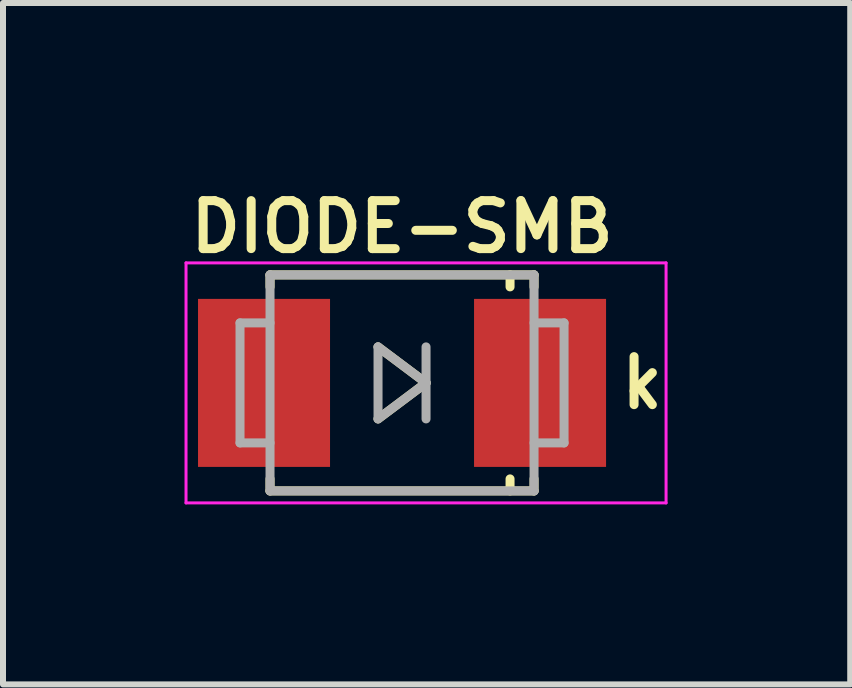
<source format=kicad_pcb>
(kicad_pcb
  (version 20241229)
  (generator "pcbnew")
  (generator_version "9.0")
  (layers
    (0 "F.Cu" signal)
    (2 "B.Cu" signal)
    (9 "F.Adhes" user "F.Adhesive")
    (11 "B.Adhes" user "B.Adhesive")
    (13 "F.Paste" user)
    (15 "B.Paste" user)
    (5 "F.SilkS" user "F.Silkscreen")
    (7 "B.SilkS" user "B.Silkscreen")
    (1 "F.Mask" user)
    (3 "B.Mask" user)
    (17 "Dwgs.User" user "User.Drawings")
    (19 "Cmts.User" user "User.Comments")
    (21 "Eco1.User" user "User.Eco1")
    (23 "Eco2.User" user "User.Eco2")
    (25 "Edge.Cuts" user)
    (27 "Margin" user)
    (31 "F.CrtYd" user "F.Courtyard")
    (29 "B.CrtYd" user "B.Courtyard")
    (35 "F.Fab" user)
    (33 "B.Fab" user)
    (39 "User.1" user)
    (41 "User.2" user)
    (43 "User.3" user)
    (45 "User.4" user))
  (footprint "DIODE-SMB"
    (layer "F.Cu")
    (at 3.65 3.331)
    (property "Reference" "DIODE-SMB" (at 0 -2.6 0) (layer "F.SilkS") (effects (font (size 0.8 0.8) (thickness 0.15))))
    (attr smd)
    (fp_line (start -2.2 -1.8) (end 2.2 -1.8) (stroke (width 0.15) (type solid)) (layer "F.SilkS"))
    (fp_line (start -2.2 -1.6) (end -2.2 -1.8) (stroke (width 0.15) (type solid)) (layer "F.SilkS"))
    (fp_line (start -2.2 1.6) (end -2.2 1.8) (stroke (width 0.15) (type solid)) (layer "F.SilkS"))
    (fp_line (start -2.2 1.8) (end 2.2 1.8) (stroke (width 0.15) (type solid)) (layer "F.SilkS"))
    (fp_line (start -0.4 -0.6) (end 0.4 0) (stroke (width 0.15) (type solid)) (layer "F.SilkS"))
    (fp_line (start 0.4 0) (end -0.4 0.6) (stroke (width 0.15) (type solid)) (layer "F.SilkS"))
    (fp_line (start 1.8 -1.8) (end 1.8 -1.6) (stroke (width 0.15) (type solid)) (layer "F.SilkS"))
    (fp_line (start 1.8 1.8) (end 1.8 1.6) (stroke (width 0.15) (type solid)) (layer "F.SilkS"))
    (fp_line (start 2.2 -1.8) (end 2.2 -1.6) (stroke (width 0.15) (type solid)) (layer "F.SilkS"))
    (fp_line (start 2.2 1.8) (end 2.2 1.6) (stroke (width 0.15) (type solid)) (layer "F.SilkS"))
    (fp_line (start -3.6 -2) (end 4.4 -2) (stroke (width 0.05) (type solid)) (layer "F.CrtYd"))
    (fp_line (start -3.6 2) (end -3.6 -2) (stroke (width 0.05) (type solid)) (layer "F.CrtYd"))
    (fp_line (start 4.4 -2) (end 4.4 2) (stroke (width 0.05) (type solid)) (layer "F.CrtYd"))
    (fp_line (start 4.4 2) (end -3.6 2) (stroke (width 0.05) (type solid)) (layer "F.CrtYd"))
    (fp_line (start -2.7 -1) (end -2.7 1) (stroke (width 0.15) (type solid)) (layer "F.Fab"))
    (fp_line (start -2.7 1) (end -2.2 1) (stroke (width 0.15) (type solid)) (layer "F.Fab"))
    (fp_line (start -2.2 -1.8) (end 2.2 -1.8) (stroke (width 0.15) (type solid)) (layer "F.Fab"))
    (fp_line (start -2.2 -1) (end -2.7 -1) (stroke (width 0.15) (type solid)) (layer "F.Fab"))
    (fp_line (start -2.2 1.8) (end -2.2 -1.8) (stroke (width 0.15) (type solid)) (layer "F.Fab"))
    (fp_line (start -0.4 -0.6) (end 0.4 0) (stroke (width 0.15) (type solid)) (layer "F.Fab"))
    (fp_line (start -0.4 0.6) (end -0.4 -0.6) (stroke (width 0.15) (type solid)) (layer "F.Fab"))
    (fp_line (start 0.4 -0.6) (end 0.4 0.6) (stroke (width 0.15) (type solid)) (layer "F.Fab"))
    (fp_line (start 0.4 0) (end -0.4 0.6) (stroke (width 0.15) (type solid)) (layer "F.Fab"))
    (fp_line (start 2.2 -1.8) (end 2.2 1.8) (stroke (width 0.15) (type solid)) (layer "F.Fab"))
    (fp_line (start 2.2 -1) (end 2.7 -1) (stroke (width 0.15) (type solid)) (layer "F.Fab"))
    (fp_line (start 2.2 1.8) (end -2.2 1.8) (stroke (width 0.15) (type solid)) (layer "F.Fab"))
    (fp_line (start 2.7 -1) (end 2.7 1) (stroke (width 0.15) (type solid)) (layer "F.Fab"))
    (fp_line (start 2.7 1) (end 2.2 1) (stroke (width 0.15) (type solid)) (layer "F.Fab"))
    (fp_text user "k" (at 4 0 0) (layer "F.SilkS") (effects (font (size 0.8 0.8) (thickness 0.15))))
    (pad "1" smd rect (at -2.3 0) (size 2.2 2.8) (layers "F.Cu" "F.Mask" "F.Paste"))
    (pad "2" smd rect (at 2.3 0) (size 2.2 2.8) (layers "F.Cu" "F.Mask" "F.Paste")))
  (gr_rect
    (start -3 -3)
    (end 11.119 8.356)
    (stroke (width 0.1) (type default))
    (fill no)
    (layer "Edge.Cuts")))
</source>
